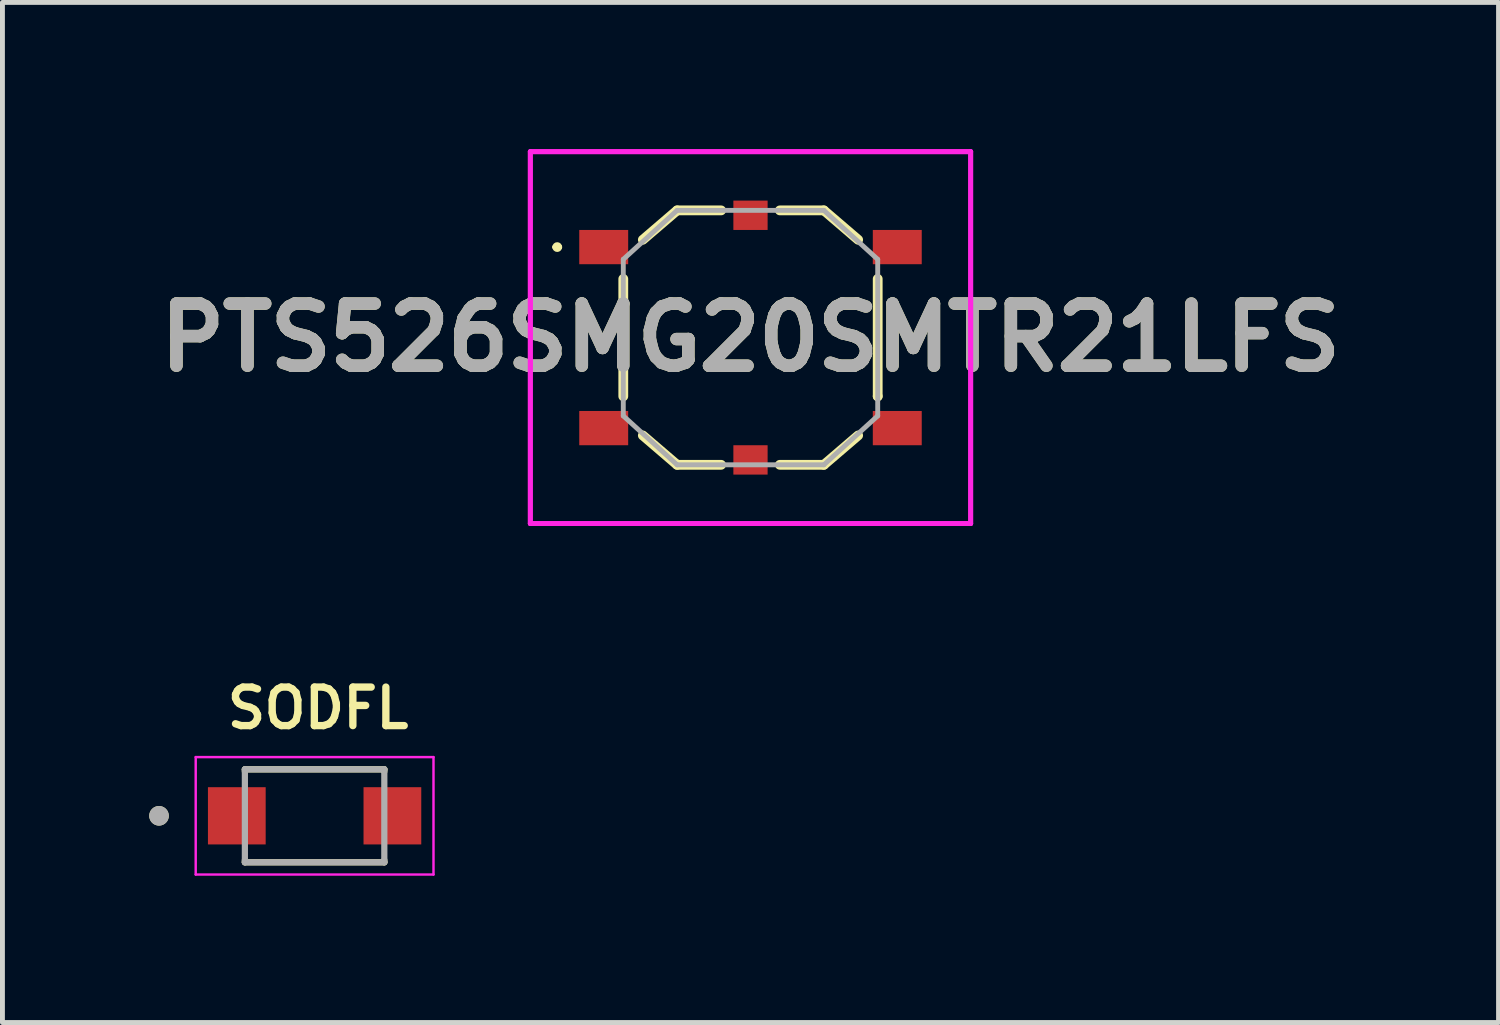
<source format=kicad_pcb>
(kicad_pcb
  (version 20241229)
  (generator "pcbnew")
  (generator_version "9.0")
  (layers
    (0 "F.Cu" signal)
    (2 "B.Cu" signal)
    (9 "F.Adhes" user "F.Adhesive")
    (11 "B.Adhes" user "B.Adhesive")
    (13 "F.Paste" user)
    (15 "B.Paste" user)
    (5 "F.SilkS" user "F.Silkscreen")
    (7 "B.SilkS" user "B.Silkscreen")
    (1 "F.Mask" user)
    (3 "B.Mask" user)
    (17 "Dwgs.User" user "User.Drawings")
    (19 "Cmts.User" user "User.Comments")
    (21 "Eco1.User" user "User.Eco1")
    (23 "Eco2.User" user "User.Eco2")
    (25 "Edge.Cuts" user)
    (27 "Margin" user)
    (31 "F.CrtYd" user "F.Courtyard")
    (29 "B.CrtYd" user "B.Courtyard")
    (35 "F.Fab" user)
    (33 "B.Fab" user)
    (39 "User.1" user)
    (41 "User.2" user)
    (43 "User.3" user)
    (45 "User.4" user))
  (footprint "PTS526SMG20SMTR21LFS"
    (layer "F.Cu")
    (at 12.289 3.85)
    (property "Reference" "PTS526SMG20SMTR21LFS" (at 0 0 0) (layer "F.SilkS") (effects (font (size 1.27 1.27) (thickness 0.254))))
    (attr smd)
    (fp_line (start -4 -1.85) (end -4 -1.85) (stroke (width 0.1) (type solid)) (layer "F.SilkS"))
    (fp_line (start -3.9 -1.85) (end -3.9 -1.85) (stroke (width 0.1) (type solid)) (layer "F.SilkS"))
    (fp_line (start -2.6 -1.2) (end -2.6 1.2) (stroke (width 0.2) (type solid)) (layer "F.SilkS"))
    (fp_line (start -2.2 -2) (end -1.5 -2.6) (stroke (width 0.2) (type solid)) (layer "F.SilkS"))
    (fp_line (start -2.2 2) (end -1.5 2.6) (stroke (width 0.2) (type solid)) (layer "F.SilkS"))
    (fp_line (start -1.5 -2.6) (end -0.6 -2.6) (stroke (width 0.2) (type solid)) (layer "F.SilkS"))
    (fp_line (start -1.5 2.6) (end -0.6 2.6) (stroke (width 0.2) (type solid)) (layer "F.SilkS"))
    (fp_line (start 0.6 -2.6) (end 1.5 -2.6) (stroke (width 0.2) (type solid)) (layer "F.SilkS"))
    (fp_line (start 1.5 -2.6) (end 2.2 -2) (stroke (width 0.2) (type solid)) (layer "F.SilkS"))
    (fp_line (start 1.5 2.6) (end 0.6 2.6) (stroke (width 0.2) (type solid)) (layer "F.SilkS"))
    (fp_line (start 2.2 2) (end 1.5 2.6) (stroke (width 0.2) (type solid)) (layer "F.SilkS"))
    (fp_line (start 2.6 -1.2) (end 2.6 1.2) (stroke (width 0.2) (type solid)) (layer "F.SilkS"))
    (fp_line (start 2.6 1.2) (end 2.6 1.2) (stroke (width 0.2) (type solid)) (layer "F.SilkS"))
    (fp_arc (start -4 -1.85) (mid -3.95 -1.9) (end -3.9 -1.85) (stroke (width 0.1) (type solid)) (layer "F.SilkS"))
    (fp_arc (start -3.9 -1.85) (mid -3.95 -1.8) (end -4 -1.85) (stroke (width 0.1) (type solid)) (layer "F.SilkS"))
    (fp_line (start -4.5 -3.8) (end 4.5 -3.8) (stroke (width 0.1) (type solid)) (layer "F.CrtYd"))
    (fp_line (start -4.5 -3.8) (end 4.5 -3.8) (stroke (width 0.1) (type solid)) (layer "F.CrtYd"))
    (fp_line (start -4.5 3.8) (end -4.5 -3.8) (stroke (width 0.1) (type solid)) (layer "F.CrtYd"))
    (fp_line (start -4.5 3.8) (end -4.5 -3.8) (stroke (width 0.1) (type solid)) (layer "F.CrtYd"))
    (fp_line (start 4.5 -3.8) (end 4.5 3.8) (stroke (width 0.1) (type solid)) (layer "F.CrtYd"))
    (fp_line (start 4.5 -3.8) (end 4.5 3.8) (stroke (width 0.1) (type solid)) (layer "F.CrtYd"))
    (fp_line (start 4.5 3.8) (end -4.5 3.8) (stroke (width 0.1) (type solid)) (layer "F.CrtYd"))
    (fp_line (start 4.5 3.8) (end -4.5 3.8) (stroke (width 0.1) (type solid)) (layer "F.CrtYd"))
    (fp_line (start -2.6 -1.6) (end -2.6 1.6) (stroke (width 0.1) (type solid)) (layer "F.Fab"))
    (fp_line (start -2.6 1.6) (end -1.5 2.6) (stroke (width 0.1) (type solid)) (layer "F.Fab"))
    (fp_line (start -1.5 -2.6) (end -2.6 -1.6) (stroke (width 0.1) (type solid)) (layer "F.Fab"))
    (fp_line (start -1.5 2.6) (end 1.5 2.6) (stroke (width 0.1) (type solid)) (layer "F.Fab"))
    (fp_line (start 1.5 -2.6) (end -1.5 -2.6) (stroke (width 0.1) (type solid)) (layer "F.Fab"))
    (fp_line (start 1.5 2.6) (end 2.6 1.6) (stroke (width 0.1) (type solid)) (layer "F.Fab"))
    (fp_line (start 2.6 -1.6) (end 1.5 -2.6) (stroke (width 0.1) (type solid)) (layer "F.Fab"))
    (fp_line (start 2.6 1.6) (end 2.6 -1.6) (stroke (width 0.1) (type solid)) (layer "F.Fab"))
    (fp_text user "${REFERENCE}" (at 0 0 0) (layer "F.Fab") (effects (font (size 1.27 1.27) (thickness 0.254))))
    (pad "1" smd rect (at -3 -1.85 90) (size 0.7 1) (layers "F.Cu" "F.Mask" "F.Paste"))
    (pad "2" smd rect (at 3 -1.85 90) (size 0.7 1) (layers "F.Cu" "F.Mask" "F.Paste"))
    (pad "3" smd rect (at -3 1.85 90) (size 0.7 1) (layers "F.Cu" "F.Mask" "F.Paste"))
    (pad "4" smd rect (at 3 1.85 90) (size 0.7 1) (layers "F.Cu" "F.Mask" "F.Paste"))
    (pad "5" smd rect (at 0 -2.5 90) (size 0.6 0.7) (layers "F.Cu" "F.Mask" "F.Paste"))
    (pad "6" smd rect (at 0 2.5 90) (size 0.6 0.7) (layers "F.Cu" "F.Mask" "F.Paste")))
  (footprint "SODFL"
    (layer "F.Cu")
    (at 3.38 13.624)
    (property "Reference" "SODFL" (at 0.07 -2.2 0) (layer "F.SilkS") (effects (font (size 0.787 0.787) (thickness 0.15))))
    (attr through_hole)
    (fp_line (start -1.425 -0.95) (end -1.425 -0.905) (stroke (width 0.127) (type solid)) (layer "F.SilkS"))
    (fp_line (start -1.425 0.95) (end -1.425 0.905) (stroke (width 0.127) (type solid)) (layer "F.SilkS"))
    (fp_line (start -1.425 0.95) (end 1.425 0.95) (stroke (width 0.127) (type solid)) (layer "F.SilkS"))
    (fp_line (start 1.425 -0.95) (end -1.425 -0.95) (stroke (width 0.127) (type solid)) (layer "F.SilkS"))
    (fp_line (start 1.425 -0.905) (end 1.425 -0.95) (stroke (width 0.127) (type solid)) (layer "F.SilkS"))
    (fp_line (start 1.425 0.95) (end 1.425 0.905) (stroke (width 0.127) (type solid)) (layer "F.SilkS"))
    (fp_circle (center -3.18 0) (end -3.08 0) (stroke (width 0.2) (type solid)) (fill no) (layer "F.SilkS"))
    (fp_line (start -2.43 -1.2) (end -2.43 1.2) (stroke (width 0.05) (type solid)) (layer "F.CrtYd"))
    (fp_line (start -2.43 1.2) (end 2.43 1.2) (stroke (width 0.05) (type solid)) (layer "F.CrtYd"))
    (fp_line (start 2.43 -1.2) (end -2.43 -1.2) (stroke (width 0.05) (type solid)) (layer "F.CrtYd"))
    (fp_line (start 2.43 1.2) (end 2.43 -1.2) (stroke (width 0.05) (type solid)) (layer "F.CrtYd"))
    (fp_line (start -1.425 -0.95) (end -1.425 0.95) (stroke (width 0.127) (type solid)) (layer "F.Fab"))
    (fp_line (start -1.425 0.95) (end 1.425 0.95) (stroke (width 0.127) (type solid)) (layer "F.Fab"))
    (fp_line (start 1.425 -0.95) (end -1.425 -0.95) (stroke (width 0.127) (type solid)) (layer "F.Fab"))
    (fp_line (start 1.425 0.95) (end 1.425 -0.95) (stroke (width 0.127) (type solid)) (layer "F.Fab"))
    (fp_circle (center -3.18 0) (end -3.08 0) (stroke (width 0.2) (type solid)) (fill no) (layer "F.Fab"))
    (pad "1" smd rect (at -1.59 0) (size 1.18 1.17) (layers "F.Cu" "F.Mask" "F.Paste"))
    (pad "2" smd rect (at 1.59 0) (size 1.18 1.17) (layers "F.Cu" "F.Mask" "F.Paste")))
  (gr_rect
    (start -3 -3)
    (end 27.578 17.849)
    (stroke (width 0.1) (type default))
    (fill no)
    (layer "Edge.Cuts")))
</source>
